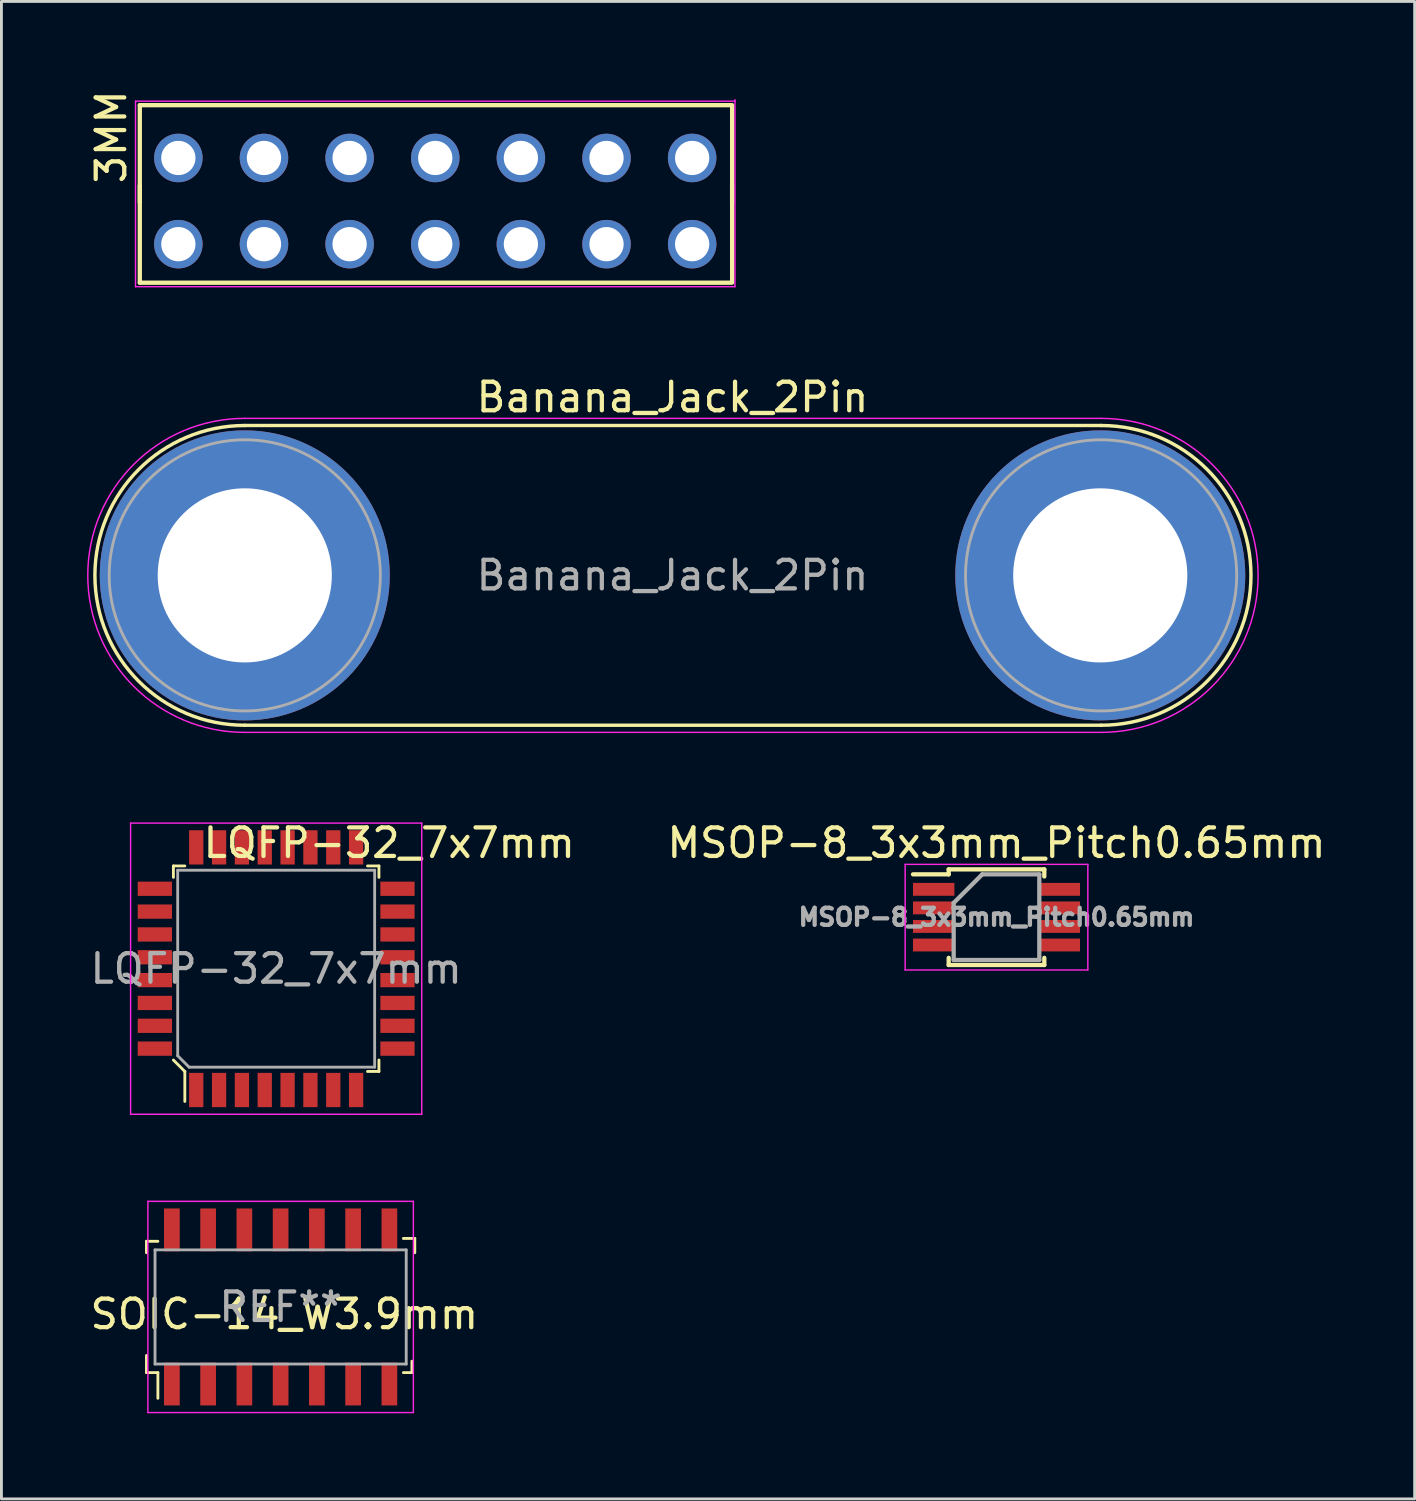
<source format=kicad_pcb>
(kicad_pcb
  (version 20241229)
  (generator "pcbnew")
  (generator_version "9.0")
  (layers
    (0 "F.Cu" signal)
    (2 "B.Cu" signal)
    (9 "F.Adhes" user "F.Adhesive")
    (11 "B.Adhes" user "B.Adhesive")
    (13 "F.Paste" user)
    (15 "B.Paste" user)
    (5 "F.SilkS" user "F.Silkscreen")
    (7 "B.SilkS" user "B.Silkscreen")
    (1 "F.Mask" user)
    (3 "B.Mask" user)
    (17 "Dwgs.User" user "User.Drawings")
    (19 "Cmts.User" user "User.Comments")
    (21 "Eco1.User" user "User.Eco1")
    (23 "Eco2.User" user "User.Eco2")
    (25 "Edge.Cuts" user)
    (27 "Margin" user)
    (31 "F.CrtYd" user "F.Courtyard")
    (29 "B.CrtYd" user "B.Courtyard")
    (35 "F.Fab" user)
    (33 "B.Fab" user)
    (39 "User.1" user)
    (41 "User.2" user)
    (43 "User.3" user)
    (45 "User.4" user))
  (footprint "Banana_Jack_2Pin"
    (layer "F.Cu")
    (at 5.525 17.107)
    (property "Reference" "Banana_Jack_2Pin" (at 14.985 -6.24 0) (layer "F.SilkS") (effects (font (size 1 1) (thickness 0.15))))
    (attr through_hole)
    (fp_line (start 0 5.25) (end 30 5.25) (stroke (width 0.12) (type solid)) (layer "F.SilkS"))
    (fp_line (start 30 -5.25) (end 0 -5.25) (stroke (width 0.12) (type solid)) (layer "F.SilkS"))
    (fp_arc (start 0 5.25) (mid -5.25 0) (end 0 -5.25) (stroke (width 0.12) (type solid)) (layer "F.SilkS"))
    (fp_arc (start 30 -5.25) (mid 35.25 0) (end 30 5.25) (stroke (width 0.12) (type solid)) (layer "F.SilkS"))
    (fp_line (start 0 5.5) (end 30 5.5) (stroke (width 0.05) (type solid)) (layer "F.CrtYd"))
    (fp_line (start 30 -5.5) (end 0 -5.5) (stroke (width 0.05) (type solid)) (layer "F.CrtYd"))
    (fp_arc (start 0 5.5) (mid -5.5 0) (end 0 -5.5) (stroke (width 0.05) (type solid)) (layer "F.CrtYd"))
    (fp_arc (start 30 -5.5) (mid 35.5 0) (end 30 5.5) (stroke (width 0.05) (type solid)) (layer "F.CrtYd"))
    (fp_circle (center 0 0) (end 2 0) (stroke (width 0.1) (type solid)) (fill no) (layer "F.Fab"))
    (fp_circle (center 0 0) (end 4.75 0) (stroke (width 0.1) (type solid)) (fill no) (layer "F.Fab"))
    (fp_circle (center 30 0) (end 32 0) (stroke (width 0.1) (type solid)) (fill no) (layer "F.Fab"))
    (fp_circle (center 30 0) (end 34.75 0) (stroke (width 0.1) (type solid)) (fill no) (layer "F.Fab"))
    (fp_text user "${REFERENCE}" (at 14.985 0 0) (layer "F.Fab") (effects (font (size 1 1) (thickness 0.15))))
    (pad "1" thru_hole circle (at 0 0) (size 10.16 10.16) (drill 6.1) (layers "*.Cu" "*.Mask"))
    (pad "2" thru_hole circle (at 29.97 0) (size 10.16 10.16) (drill 6.1) (layers "*.Cu" "*.Mask")))
  (footprint "SOIC-14_W3.9mm"
    (layer "F.Cu")
    (at 6.781 42.736)
    (property "Reference" "SOIC-14_W3.9mm" (at 0.13 0.253 0) (layer "F.SilkS") (effects (font (size 1 1) (thickness 0.15))))
    (attr through_hole)
    (fp_line (start -4.7 -2.3) (end -4.7 -1.9) (stroke (width 0.1) (type solid)) (layer "F.SilkS"))
    (fp_line (start -4.7 1.7) (end -4.7 2.3) (stroke (width 0.1) (type solid)) (layer "F.SilkS"))
    (fp_line (start -4.7 2.3) (end -4.3 2.3) (stroke (width 0.1) (type solid)) (layer "F.SilkS"))
    (fp_line (start -4.3 -2.3) (end -4.7 -2.3) (stroke (width 0.1) (type solid)) (layer "F.SilkS"))
    (fp_line (start -4.3 2.3) (end -4.3 3.2) (stroke (width 0.1) (type solid)) (layer "F.SilkS"))
    (fp_line (start 4.3 -2.4) (end 4.7 -2.4) (stroke (width 0.1) (type solid)) (layer "F.SilkS"))
    (fp_line (start 4.3 2.3) (end 4.6 2.3) (stroke (width 0.1) (type solid)) (layer "F.SilkS"))
    (fp_line (start 4.6 2.3) (end 4.6 1.9) (stroke (width 0.1) (type solid)) (layer "F.SilkS"))
    (fp_line (start 4.7 -2.4) (end 4.7 -1.9) (stroke (width 0.1) (type solid)) (layer "F.SilkS"))
    (fp_line (start -4.65 3.7) (end -4.65 -3.7) (stroke (width 0.05) (type solid)) (layer "F.CrtYd"))
    (fp_line (start -4.65 3.7) (end 4.65 3.7) (stroke (width 0.05) (type solid)) (layer "F.CrtYd"))
    (fp_line (start 4.65 -3.7) (end -4.65 -3.7) (stroke (width 0.05) (type solid)) (layer "F.CrtYd"))
    (fp_line (start 4.65 -3.7) (end 4.65 3.7) (stroke (width 0.05) (type solid)) (layer "F.CrtYd"))
    (fp_line (start -4.4 -2) (end -4.4 2) (stroke (width 0.1) (type solid)) (layer "F.Fab"))
    (fp_line (start -4.4 -2) (end 4.4 -2) (stroke (width 0.1) (type solid)) (layer "F.Fab"))
    (fp_line (start -4.4 2) (end 4.4 2) (stroke (width 0.1) (type solid)) (layer "F.Fab"))
    (fp_line (start 4.4 -2) (end 4.4 2) (stroke (width 0.1) (type solid)) (layer "F.Fab"))
    (fp_text user "REF**" (at 0 0 0) (layer "F.Fab") (effects (font (size 1 1) (thickness 0.15))))
    (pad "1" smd rect (at -3.81 2.7) (size 0.55 1.5) (layers "F.Cu" "F.Mask" "F.Paste"))
    (pad "2" smd rect (at -2.54 2.7) (size 0.55 1.5) (layers "F.Cu" "F.Mask" "F.Paste"))
    (pad "3" smd rect (at -1.27 2.7) (size 0.55 1.5) (layers "F.Cu" "F.Mask" "F.Paste"))
    (pad "4" smd rect (at 0 2.7) (size 0.55 1.5) (layers "F.Cu" "F.Mask" "F.Paste"))
    (pad "5" smd rect (at 1.27 2.7) (size 0.55 1.5) (layers "F.Cu" "F.Mask" "F.Paste"))
    (pad "6" smd rect (at 2.54 2.7) (size 0.55 1.5) (layers "F.Cu" "F.Mask" "F.Paste"))
    (pad "7" smd rect (at 3.81 2.7) (size 0.55 1.5) (layers "F.Cu" "F.Mask" "F.Paste"))
    (pad "8" smd rect (at 3.81 -2.7) (size 0.55 1.5) (layers "F.Cu" "F.Mask" "F.Paste"))
    (pad "9" smd rect (at 2.54 -2.7) (size 0.55 1.5) (layers "F.Cu" "F.Mask" "F.Paste"))
    (pad "10" smd rect (at 1.27 -2.7) (size 0.55 1.5) (layers "F.Cu" "F.Mask" "F.Paste"))
    (pad "11" smd rect (at 0 -2.7) (size 0.55 1.5) (layers "F.Cu" "F.Mask" "F.Paste"))
    (pad "12" smd rect (at -1.27 -2.7) (size 0.55 1.5) (layers "F.Cu" "F.Mask" "F.Paste"))
    (pad "13" smd rect (at -2.54 -2.7) (size 0.55 1.5) (layers "F.Cu" "F.Mask" "F.Paste"))
    (pad "14" smd rect (at -3.81 -2.7) (size 0.55 1.5) (layers "F.Cu" "F.Mask" "F.Paste")))
  (footprint "MSOP-8_3x3mm_Pitch0.65mm"
    (layer "F.Cu")
    (at 31.86 29.081)
    (property "Reference" "MSOP-8_3x3mm_Pitch0.65mm" (at 0 -2.6 0) (layer "F.SilkS") (effects (font (size 1 1) (thickness 0.15))))
    (attr smd)
    (fp_line (start -1.675 -1.675) (end -1.675 -1.5) (stroke (width 0.15) (type solid)) (layer "F.SilkS"))
    (fp_line (start -1.675 -1.675) (end 1.675 -1.675) (stroke (width 0.15) (type solid)) (layer "F.SilkS"))
    (fp_line (start -1.675 -1.5) (end -2.925 -1.5) (stroke (width 0.15) (type solid)) (layer "F.SilkS"))
    (fp_line (start -1.675 1.675) (end -1.675 1.425) (stroke (width 0.15) (type solid)) (layer "F.SilkS"))
    (fp_line (start -1.675 1.675) (end 1.675 1.675) (stroke (width 0.15) (type solid)) (layer "F.SilkS"))
    (fp_line (start 1.675 -1.675) (end 1.675 -1.425) (stroke (width 0.15) (type solid)) (layer "F.SilkS"))
    (fp_line (start 1.675 1.675) (end 1.675 1.425) (stroke (width 0.15) (type solid)) (layer "F.SilkS"))
    (fp_line (start -3.2 -1.85) (end -3.2 1.85) (stroke (width 0.05) (type solid)) (layer "F.CrtYd"))
    (fp_line (start -3.2 -1.85) (end 3.2 -1.85) (stroke (width 0.05) (type solid)) (layer "F.CrtYd"))
    (fp_line (start -3.2 1.85) (end 3.2 1.85) (stroke (width 0.05) (type solid)) (layer "F.CrtYd"))
    (fp_line (start 3.2 -1.85) (end 3.2 1.85) (stroke (width 0.05) (type solid)) (layer "F.CrtYd"))
    (fp_line (start -1.5 -0.5) (end -0.5 -1.5) (stroke (width 0.15) (type solid)) (layer "F.Fab"))
    (fp_line (start -1.5 1.5) (end -1.5 -0.5) (stroke (width 0.15) (type solid)) (layer "F.Fab"))
    (fp_line (start -0.5 -1.5) (end 1.5 -1.5) (stroke (width 0.15) (type solid)) (layer "F.Fab"))
    (fp_line (start 1.5 -1.5) (end 1.5 1.5) (stroke (width 0.15) (type solid)) (layer "F.Fab"))
    (fp_line (start 1.5 1.5) (end -1.5 1.5) (stroke (width 0.15) (type solid)) (layer "F.Fab"))
    (fp_text user "${REFERENCE}" (at 0 0 0) (layer "F.Fab") (effects (font (size 0.6 0.6) (thickness 0.15))))
    (pad "1" smd rect (at -2.2 -0.975) (size 1.45 0.45) (layers "F.Cu" "F.Mask" "F.Paste"))
    (pad "2" smd rect (at -2.2 -0.325) (size 1.45 0.45) (layers "F.Cu" "F.Mask" "F.Paste"))
    (pad "3" smd rect (at -2.2 0.325) (size 1.45 0.45) (layers "F.Cu" "F.Mask" "F.Paste"))
    (pad "4" smd rect (at -2.2 0.975) (size 1.45 0.45) (layers "F.Cu" "F.Mask" "F.Paste"))
    (pad "5" smd rect (at 2.2 0.975) (size 1.45 0.45) (layers "F.Cu" "F.Mask" "F.Paste"))
    (pad "6" smd rect (at 2.2 0.325) (size 1.45 0.45) (layers "F.Cu" "F.Mask" "F.Paste"))
    (pad "7" smd rect (at 2.2 -0.325) (size 1.45 0.45) (layers "F.Cu" "F.Mask" "F.Paste"))
    (pad "8" smd rect (at 2.2 -0.975) (size 1.45 0.45) (layers "F.Cu" "F.Mask" "F.Paste")))
  (footprint "LQFP-32_7x7mm"
    (layer "F.Cu")
    (at 6.625 30.886)
    (property "Reference" "LQFP-32_7x7mm" (at 3.961 -4.405 0) (layer "F.SilkS") (effects (font (size 1 1) (thickness 0.15))))
    (attr through_hole)
    (fp_line (start -3.6 -3.6) (end -3.6 -3.2) (stroke (width 0.1) (type solid)) (layer "F.SilkS"))
    (fp_line (start -3.2 -3.6) (end -3.6 -3.6) (stroke (width 0.1) (type solid)) (layer "F.SilkS"))
    (fp_line (start -3.2 3.6) (end -3.6 3.2) (stroke (width 0.1) (type solid)) (layer "F.SilkS"))
    (fp_line (start -3.2 4.65) (end -3.2 3.6) (stroke (width 0.1) (type solid)) (layer "F.SilkS"))
    (fp_line (start 3.2 -3.6) (end 3.6 -3.6) (stroke (width 0.1) (type solid)) (layer "F.SilkS"))
    (fp_line (start 3.6 -3.6) (end 3.6 -3.2) (stroke (width 0.1) (type solid)) (layer "F.SilkS"))
    (fp_line (start 3.6 3.2) (end 3.6 3.6) (stroke (width 0.1) (type solid)) (layer "F.SilkS"))
    (fp_line (start 3.6 3.6) (end 3.2 3.6) (stroke (width 0.1) (type solid)) (layer "F.SilkS"))
    (fp_line (start -5.1 -5.1) (end 5.1 -5.1) (stroke (width 0.05) (type solid)) (layer "F.CrtYd"))
    (fp_line (start -5.1 5.1) (end -5.1 -5.1) (stroke (width 0.05) (type solid)) (layer "F.CrtYd"))
    (fp_line (start -5.1 5.1) (end 5.1 5.1) (stroke (width 0.05) (type solid)) (layer "F.CrtYd"))
    (fp_line (start 5.1 5.1) (end 5.1 -5.1) (stroke (width 0.05) (type solid)) (layer "F.CrtYd"))
    (fp_line (start -3.45 -3.45) (end 3.45 -3.45) (stroke (width 0.1) (type solid)) (layer "F.Fab"))
    (fp_line (start -3.45 3.05) (end -3.45 -3.45) (stroke (width 0.1) (type solid)) (layer "F.Fab"))
    (fp_line (start -3.45 3.05) (end -3.05 3.45) (stroke (width 0.1) (type solid)) (layer "F.Fab"))
    (fp_line (start -3.05 3.45) (end 3.45 3.45) (stroke (width 0.1) (type solid)) (layer "F.Fab"))
    (fp_line (start 3.45 3.45) (end 3.45 -3.45) (stroke (width 0.1) (type solid)) (layer "F.Fab"))
    (fp_text user "${REFERENCE}" (at 0 0 0) (layer "F.Fab") (effects (font (size 1 1) (thickness 0.15))))
    (pad "1" smd rect (at -2.8 4.25) (size 0.5 1.2) (layers "F.Cu" "F.Mask" "F.Paste"))
    (pad "2" smd rect (at -2 4.25) (size 0.5 1.2) (layers "F.Cu" "F.Mask" "F.Paste"))
    (pad "3" smd rect (at -1.2 4.25) (size 0.5 1.2) (layers "F.Cu" "F.Mask" "F.Paste"))
    (pad "4" smd rect (at -0.4 4.25) (size 0.5 1.2) (layers "F.Cu" "F.Mask" "F.Paste"))
    (pad "5" smd rect (at 0.4 4.25) (size 0.5 1.2) (layers "F.Cu" "F.Mask" "F.Paste"))
    (pad "6" smd rect (at 1.2 4.25) (size 0.5 1.2) (layers "F.Cu" "F.Mask" "F.Paste"))
    (pad "7" smd rect (at 2 4.25) (size 0.5 1.2) (layers "F.Cu" "F.Mask" "F.Paste"))
    (pad "8" smd rect (at 2.8 4.25) (size 0.5 1.2) (layers "F.Cu" "F.Mask" "F.Paste"))
    (pad "9" smd rect (at 4.25 2.8) (size 1.2 0.5) (layers "F.Cu" "F.Mask" "F.Paste"))
    (pad "10" smd rect (at 4.25 2) (size 1.2 0.5) (layers "F.Cu" "F.Mask" "F.Paste"))
    (pad "11" smd rect (at 4.25 1.2) (size 1.2 0.5) (layers "F.Cu" "F.Mask" "F.Paste"))
    (pad "12" smd rect (at 4.25 0.4) (size 1.2 0.5) (layers "F.Cu" "F.Mask" "F.Paste"))
    (pad "13" smd rect (at 4.25 -0.4) (size 1.2 0.5) (layers "F.Cu" "F.Mask" "F.Paste"))
    (pad "14" smd rect (at 4.25 -1.2) (size 1.2 0.5) (layers "F.Cu" "F.Mask" "F.Paste"))
    (pad "15" smd rect (at 4.25 -2) (size 1.2 0.5) (layers "F.Cu" "F.Mask" "F.Paste"))
    (pad "16" smd rect (at 4.25 -2.8) (size 1.2 0.5) (layers "F.Cu" "F.Mask" "F.Paste"))
    (pad "17" smd rect (at 2.8 -4.25) (size 0.5 1.2) (layers "F.Cu" "F.Mask" "F.Paste"))
    (pad "18" smd rect (at 2 -4.25) (size 0.5 1.2) (layers "F.Cu" "F.Mask" "F.Paste"))
    (pad "19" smd rect (at 1.2 -4.25) (size 0.5 1.2) (layers "F.Cu" "F.Mask" "F.Paste"))
    (pad "20" smd rect (at 0.4 -4.25) (size 0.5 1.2) (layers "F.Cu" "F.Mask" "F.Paste"))
    (pad "21" smd rect (at -0.4 -4.25) (size 0.5 1.2) (layers "F.Cu" "F.Mask" "F.Paste"))
    (pad "22" smd rect (at -1.2 -4.25) (size 0.5 1.2) (layers "F.Cu" "F.Mask" "F.Paste"))
    (pad "23" smd rect (at -2 -4.25) (size 0.5 1.2) (layers "F.Cu" "F.Mask" "F.Paste"))
    (pad "24" smd rect (at -2.8 -4.25) (size 0.5 1.2) (layers "F.Cu" "F.Mask" "F.Paste"))
    (pad "25" smd rect (at -4.25 -2.8) (size 1.2 0.5) (layers "F.Cu" "F.Mask" "F.Paste"))
    (pad "26" smd rect (at -4.25 -2) (size 1.2 0.5) (layers "F.Cu" "F.Mask" "F.Paste"))
    (pad "27" smd rect (at -4.25 -1.2) (size 1.2 0.5) (layers "F.Cu" "F.Mask" "F.Paste"))
    (pad "28" smd rect (at -4.25 -0.4) (size 1.2 0.5) (layers "F.Cu" "F.Mask" "F.Paste"))
    (pad "29" smd rect (at -4.25 0.4) (size 1.2 0.5) (layers "F.Cu" "F.Mask" "F.Paste"))
    (pad "30" smd rect (at -4.25 1.2) (size 1.2 0.5) (layers "F.Cu" "F.Mask" "F.Paste"))
    (pad "31" smd rect (at -4.25 2) (size 1.2 0.5) (layers "F.Cu" "F.Mask" "F.Paste"))
    (pad "32" smd rect (at -4.25 2.8) (size 1.2 0.5) (layers "F.Cu" "F.Mask" "F.Paste")))
  (footprint "3MM"
    (layer "F.Cu")
    (at 12.198 1.744)
    (property "Reference" "3MM" (at -11.35 0 90) (layer "F.SilkS") (effects (font (size 1 1) (thickness 0.15))))
    (attr through_hole)
    (fp_line (start -10.35 -1.11) (end -10.35 2.297) (stroke (width 0.15) (type solid)) (layer "F.SilkS"))
    (fp_line (start -10.35 1.703) (end -10.35 5.11) (stroke (width 0.15) (type solid)) (layer "F.SilkS"))
    (fp_line (start -10.35 5.11) (end 10.35 5.11) (stroke (width 0.15) (type solid)) (layer "F.SilkS"))
    (fp_line (start 10.35 -1.11) (end -10.35 -1.11) (stroke (width 0.15) (type solid)) (layer "F.SilkS"))
    (fp_line (start 10.4 -1.11) (end 10.4 2.297) (stroke (width 0.15) (type solid)) (layer "F.SilkS"))
    (fp_line (start 10.4 1.7) (end 10.4 5.107) (stroke (width 0.15) (type solid)) (layer "F.SilkS"))
    (fp_line (start -10.5 -1.25) (end 10.5 -1.25) (stroke (width 0.05) (type solid)) (layer "F.CrtYd"))
    (fp_line (start -10.5 5.25) (end -10.5 -1.25) (stroke (width 0.05) (type solid)) (layer "F.CrtYd"))
    (fp_line (start 10.5 -1.3) (end 10.5 5.25) (stroke (width 0.05) (type solid)) (layer "F.CrtYd"))
    (fp_line (start 10.5 5.25) (end -10.5 5.25) (stroke (width 0.05) (type solid)) (layer "F.CrtYd"))
    (pad "1" thru_hole circle (at -9 3.76) (size 1.7 1.7) (drill 1.2) (layers "*.Cu" "*.Mask"))
    (pad "2" thru_hole circle (at -6 3.76) (size 1.7 1.7) (drill 1.2) (layers "*.Cu" "*.Mask"))
    (pad "3" thru_hole circle (at -3 3.76) (size 1.7 1.7) (drill 1.2) (layers "*.Cu" "*.Mask"))
    (pad "4" thru_hole circle (at 0 3.76) (size 1.7 1.7) (drill 1.2) (layers "*.Cu" "*.Mask"))
    (pad "5" thru_hole circle (at 3 3.76) (size 1.7 1.7) (drill 1.2) (layers "*.Cu" "*.Mask"))
    (pad "6" thru_hole circle (at 6 3.76) (size 1.7 1.7) (drill 1.2) (layers "*.Cu" "*.Mask"))
    (pad "7" thru_hole circle (at 9 3.76) (size 1.7 1.7) (drill 1.2) (layers "*.Cu" "*.Mask"))
    (pad "8" thru_hole circle (at 9 0.74) (size 1.7 1.7) (drill 1.2) (layers "*.Cu" "*.Mask"))
    (pad "9" thru_hole circle (at 6 0.74) (size 1.7 1.7) (drill 1.2) (layers "*.Cu" "*.Mask"))
    (pad "10" thru_hole circle (at 3 0.74) (size 1.7 1.7) (drill 1.2) (layers "*.Cu" "*.Mask"))
    (pad "11" thru_hole circle (at 0 0.74) (size 1.7 1.7) (drill 1.2) (layers "*.Cu" "*.Mask"))
    (pad "12" thru_hole circle (at -3 0.74) (size 1.7 1.7) (drill 1.2) (layers "*.Cu" "*.Mask"))
    (pad "13" thru_hole circle (at -6 0.74) (size 1.7 1.7) (drill 1.2) (layers "*.Cu" "*.Mask"))
    (pad "14" thru_hole circle (at -9 0.74) (size 1.7 1.7) (drill 1.2) (layers "*.Cu" "*.Mask")))
  (gr_rect
    (start -3 -3)
    (end 46.509 49.461)
    (stroke (width 0.1) (type default))
    (fill no)
    (layer "Edge.Cuts")))
</source>
